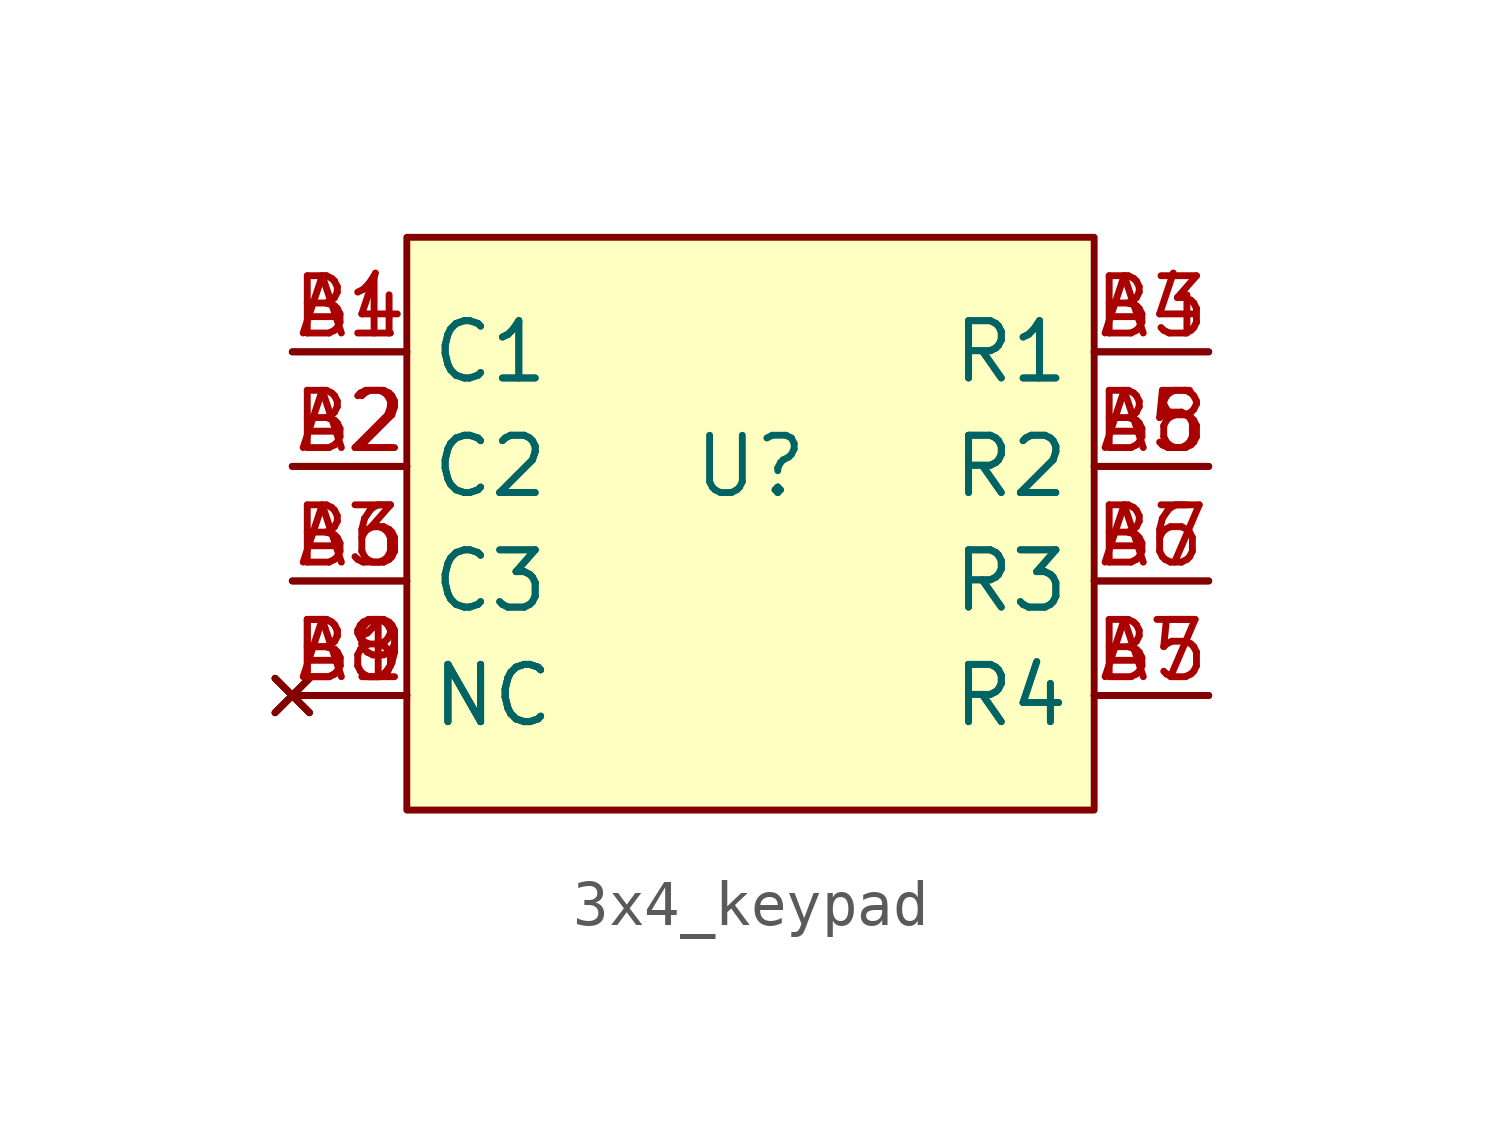
<source format=kicad_sym>
(kicad_symbol_lib
  (version 20220914)
  (generator kicad_symbol_editor)
  (symbol "3x4_keypad"
    (property "Reference" "U"
      (at 0 0 0)
      (effects (font (size 1.27 1.27))))
    (property "Value" ""
      (at 0 0 0)
      (effects (font (size 1.27 1.27))))
    (symbol "3x4_keypad_1_1"
      (rectangle (start -7.62 5.08) (end 7.62 -7.62) (stroke (width 0) (type default)) (fill (type background)))
      (pin input line (at -10.16 2.54 0) (length 2.54) (name "C1" (effects (font (size 1.27 1.27)))) (number "A1" (effects (font (size 1.27 1.27)))))
      (pin input line (at -10.16 0 0) (length 2.54) (name "C2" (effects (font (size 1.27 1.27)))) (number "A2" (effects (font (size 1.27 1.27)))))
      (pin input line (at -10.16 -2.54 0) (length 2.54) (name "C3" (effects (font (size 1.27 1.27)))) (number "A3" (effects (font (size 1.27 1.27)))))
      (pin input line (at 10.16 2.54 180) (length 2.54) (name "R1" (effects (font (size 1.27 1.27)))) (number "A4" (effects (font (size 1.27 1.27)))))
      (pin input line (at 10.16 0 180) (length 2.54) (name "R2" (effects (font (size 1.27 1.27)))) (number "A5" (effects (font (size 1.27 1.27)))))
      (pin input line (at 10.16 -2.54 180) (length 2.54) (name "R3" (effects (font (size 1.27 1.27)))) (number "A6" (effects (font (size 1.27 1.27)))))
      (pin input line (at 10.16 -5.08 180) (length 2.54) (name "R4" (effects (font (size 1.27 1.27)))) (number "A7" (effects (font (size 1.27 1.27)))))
      (pin no_connect line (at -10.16 -5.08 0) (length 2.54) (name "NC" (effects (font (size 1.27 1.27)))) (number "A8" (effects (font (size 1.27 1.27)))))
      (pin no_connect line (at -10.16 -5.08 0) (length 2.54) (name "NC" (effects (font (size 1.27 1.27)))) (number "B1" (effects (font (size 1.27 1.27)))))
      (pin input line (at -10.16 0 0) (length 2.54) (name "C2" (effects (font (size 1.27 1.27)))) (number "B2" (effects (font (size 1.27 1.27)))))
      (pin input line (at 10.16 2.54 180) (length 2.54) (name "R1" (effects (font (size 1.27 1.27)))) (number "B3" (effects (font (size 1.27 1.27)))))
      (pin input line (at -10.16 2.54 0) (length 2.54) (name "C1" (effects (font (size 1.27 1.27)))) (number "B4" (effects (font (size 1.27 1.27)))))
      (pin input line (at 10.16 -5.08 180) (length 2.54) (name "R4" (effects (font (size 1.27 1.27)))) (number "B5" (effects (font (size 1.27 1.27)))))
      (pin input line (at -10.16 -2.54 0) (length 2.54) (name "C3" (effects (font (size 1.27 1.27)))) (number "B6" (effects (font (size 1.27 1.27)))))
      (pin input line (at 10.16 -2.54 180) (length 2.54) (name "R3" (effects (font (size 1.27 1.27)))) (number "B7" (effects (font (size 1.27 1.27)))))
      (pin input line (at 10.16 0 180) (length 2.54) (name "R2" (effects (font (size 1.27 1.27)))) (number "B8" (effects (font (size 1.27 1.27)))))
      (pin no_connect line (at -10.16 -5.08 0) (length 2.54) (name "NC" (effects (font (size 1.27 1.27)))) (number "B9" (effects (font (size 1.27 1.27))))))))
</source>
